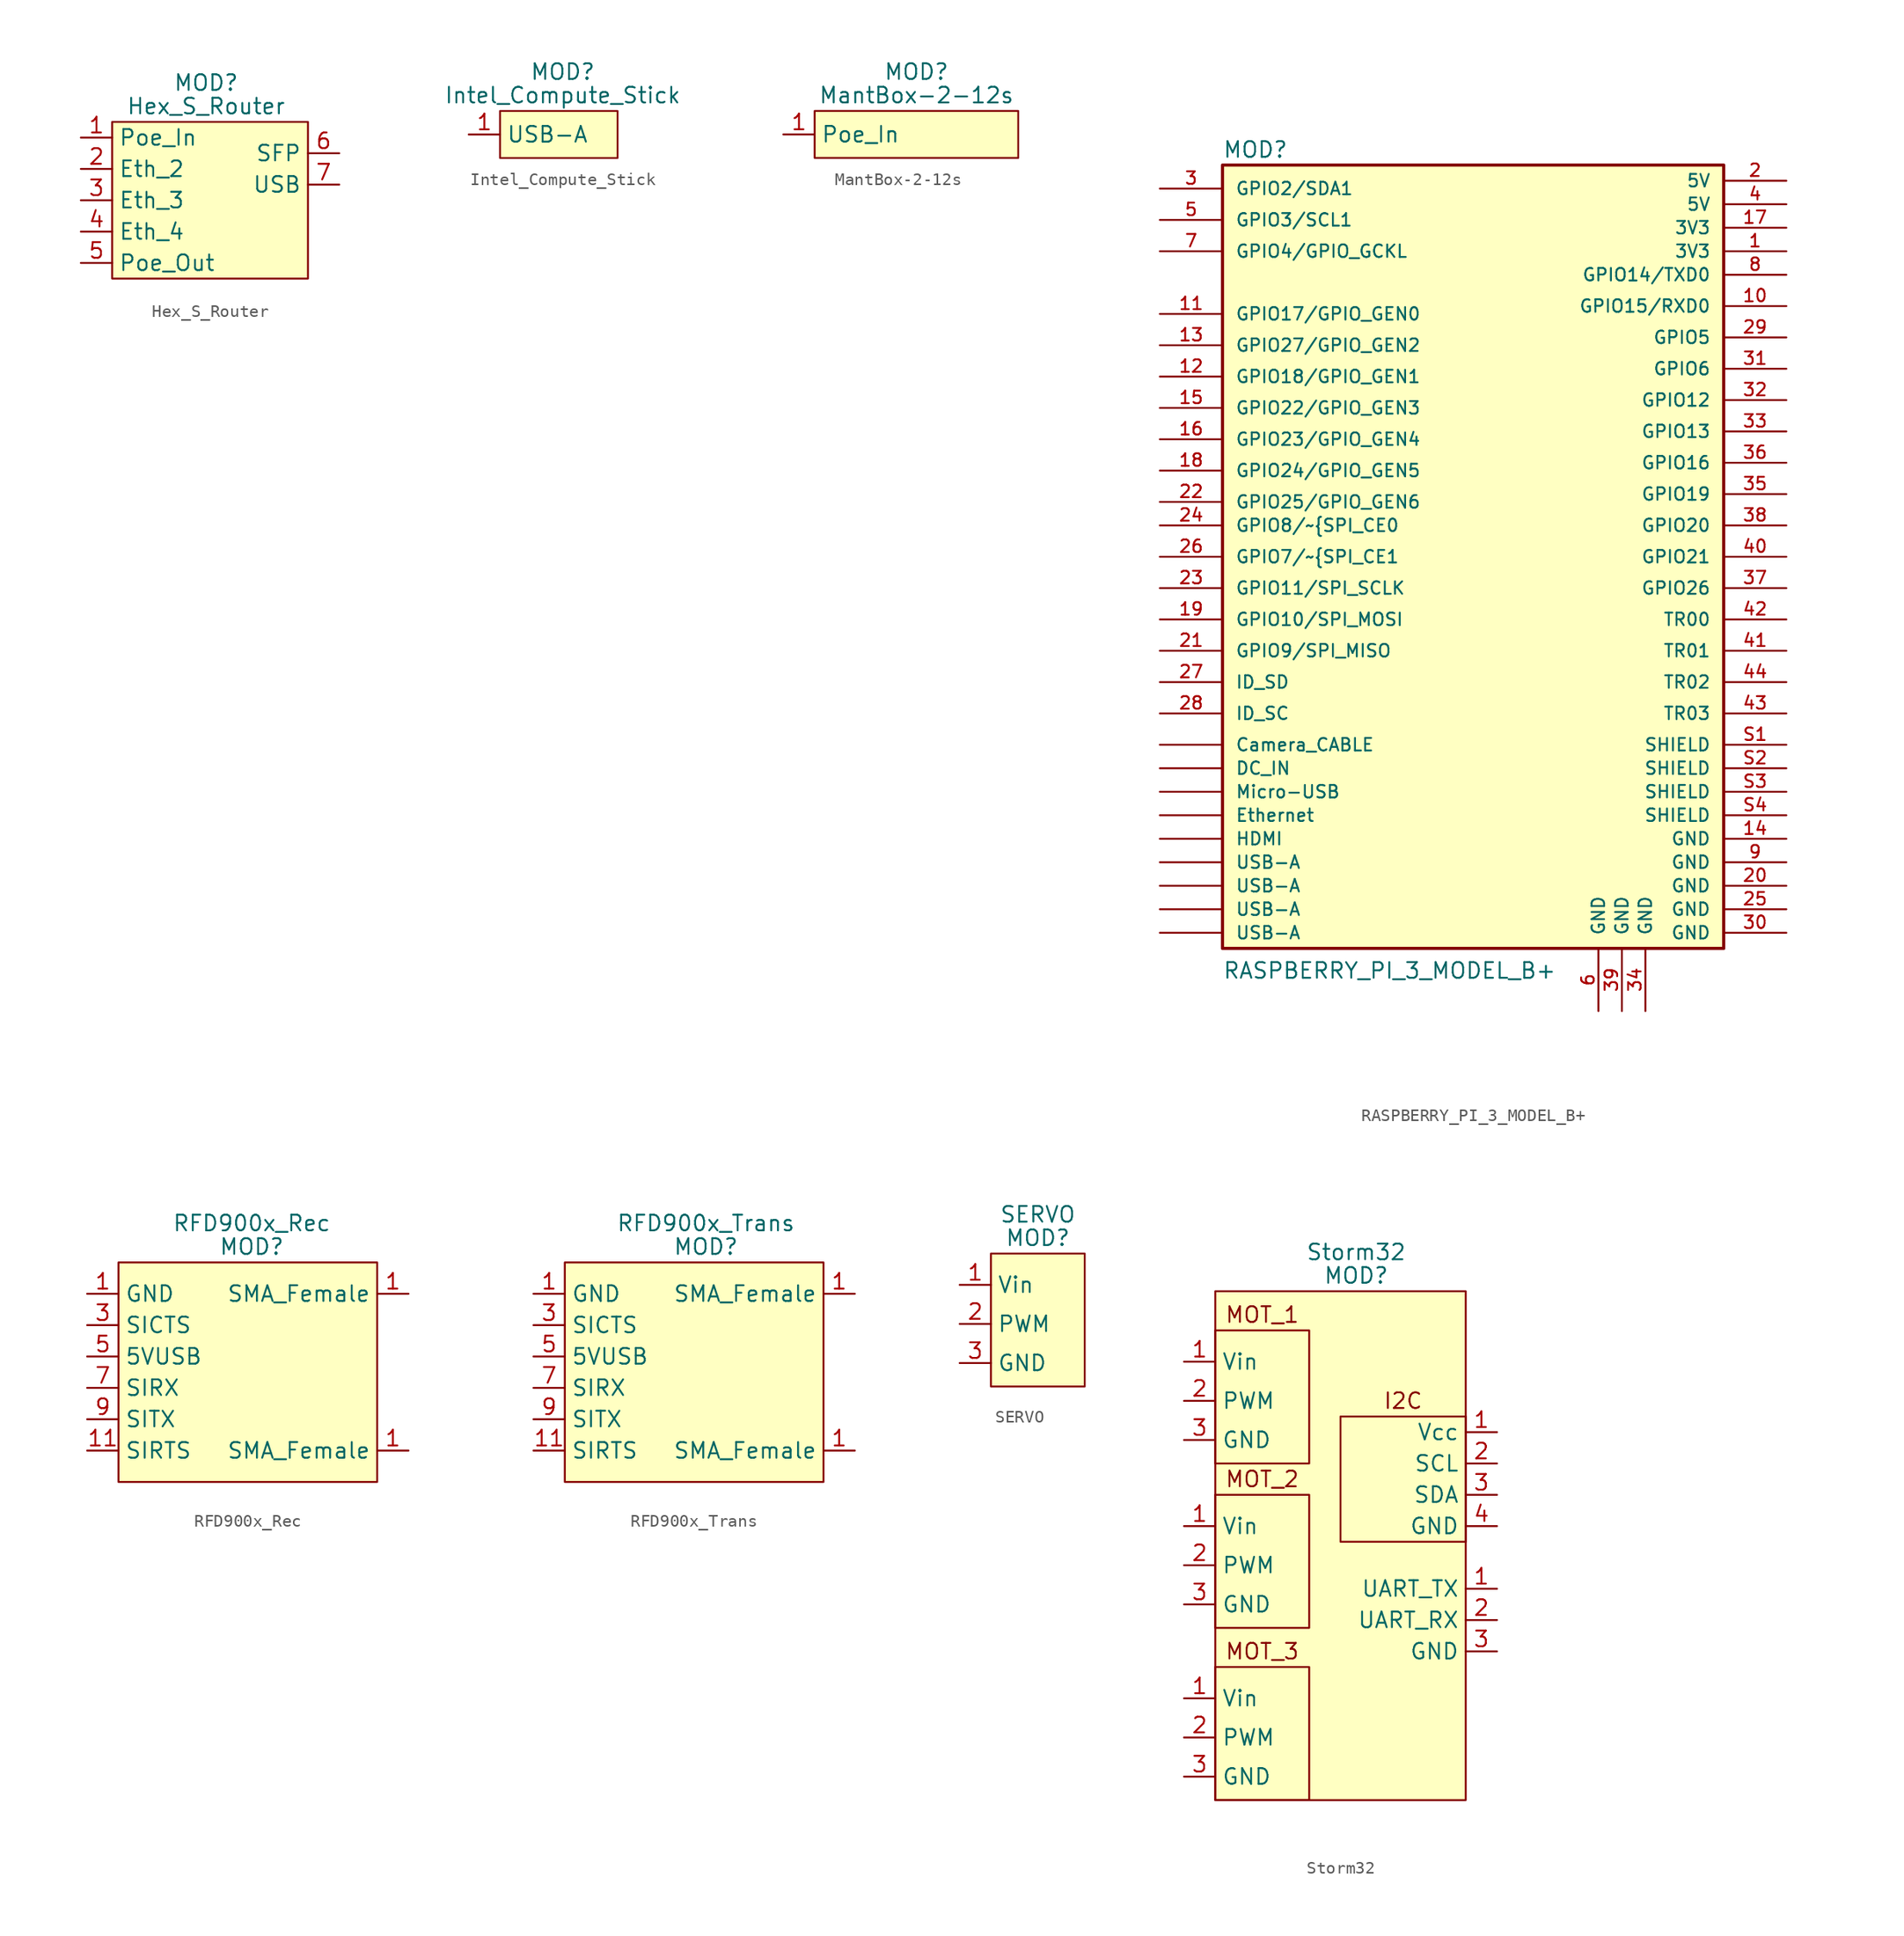
<source format=kicad_sym>
(kicad_symbol_lib
  (version 20211014)
  (generator kicad_symbol_editor)
  (symbol "Hex_S_Router"
    (property "Reference" "MOD"
      (at 0 7.62 0)
      (effects (font (size 1.27 1.27))))
    (property "Value" "Hex_S_Router"
      (at 0 5.715 0)
      (effects (font (size 1.27 1.27))))
    (symbol "Hex_S_Router_0_0"
      (rectangle (start -7.62 4.445) (end 8.255 -8.255) (stroke (width 0) (type default) (color 0 0 0 0)) (fill (type background))))
    (symbol "Hex_S_Router_1_1"
      (pin bidirectional line (at -10.16 3.175 0) (length 2.54) (name "Poe_In" (effects (font (size 1.27 1.27)))) (number "1" (effects (font (size 1.27 1.27)))))
      (pin bidirectional line (at -10.16 0.635 0) (length 2.54) (name "Eth_2" (effects (font (size 1.27 1.27)))) (number "2" (effects (font (size 1.27 1.27)))))
      (pin bidirectional line (at -10.16 -1.905 0) (length 2.54) (name "Eth_3" (effects (font (size 1.27 1.27)))) (number "3" (effects (font (size 1.27 1.27)))))
      (pin bidirectional line (at -10.16 -4.445 0) (length 2.54) (name "Eth_4" (effects (font (size 1.27 1.27)))) (number "4" (effects (font (size 1.27 1.27)))))
      (pin bidirectional line (at -10.16 -6.985 0) (length 2.54) (name "Poe_Out" (effects (font (size 1.27 1.27)))) (number "5" (effects (font (size 1.27 1.27)))))
      (pin bidirectional line (at 10.795 1.905 180) (length 2.54) (name "SFP" (effects (font (size 1.27 1.27)))) (number "6" (effects (font (size 1.27 1.27)))))
      (pin bidirectional line (at 10.795 -0.635 180) (length 2.54) (name "USB" (effects (font (size 1.27 1.27)))) (number "7" (effects (font (size 1.27 1.27)))))))
  (symbol "Intel_Compute_Stick"
    (property "Reference" "MOD"
      (at 0 4.445 0)
      (effects (font (size 1.27 1.27))))
    (property "Value" "Intel_Compute_Stick"
      (at 0 2.54 0)
      (effects (font (size 1.27 1.27))))
    (symbol "Intel_Compute_Stick_0_0"
      (rectangle (start -5.08 1.27) (end 4.445 -2.54) (stroke (width 0) (type default) (color 0 0 0 0)) (fill (type background))))
    (symbol "Intel_Compute_Stick_1_1"
      (pin bidirectional line (at -7.62 -0.635 0) (length 2.54) (name "USB-A" (effects (font (size 1.27 1.27)))) (number "1" (effects (font (size 1.27 1.27)))))))
  (symbol "MantBox-2-12s"
    (property "Reference" "MOD"
      (at 0 5.08 0)
      (effects (font (size 1.27 1.27))))
    (property "Value" "MantBox-2-12s"
      (at 0 3.175 0)
      (effects (font (size 1.27 1.27))))
    (symbol "MantBox-2-12s_0_0"
      (rectangle (start -8.255 1.905) (end 8.255 -1.905) (stroke (width 0) (type default) (color 0 0 0 0)) (fill (type background))))
    (symbol "MantBox-2-12s_1_1"
      (pin bidirectional line (at -10.795 0 0) (length 2.54) (name "Poe_In" (effects (font (size 1.27 1.27)))) (number "1" (effects (font (size 1.27 1.27)))))))
  (symbol "RASPBERRY_PI_3_MODEL_B+"
    (pin_names
      (offset 1.016))
    (property "Reference" "MOD"
      (at -20.32 33.528 0)
      (effects (font (size 1.27 1.27)) (justify left bottom)))
    (property "Value" "RASPBERRY_PI_3_MODEL_B+"
      (at -20.32 -33.02 0)
      (effects (font (size 1.27 1.27)) (justify left bottom)))
    (symbol "RASPBERRY_PI_3_MODEL_B+_0_0"
      (rectangle (start -20.32 -30.48) (end 20.32 33.02) (stroke (width 0.254) (type default) (color 0 0 0 0)) (fill (type background)))
      (pin bidirectional line (at -25.4 -13.97 0) (length 5.08) (name "Camera_CABLE" (effects (font (size 1.016 1.016)))) (number "" (effects (font (size 1.016 1.016)))))
      (pin power_in line (at -25.4 -15.875 0) (length 5.08) (name "DC_IN" (effects (font (size 1.016 1.016)))) (number "" (effects (font (size 1.016 1.016)))))
      (pin bidirectional line (at -25.4 -19.685 0) (length 5.08) (name "Ethernet" (effects (font (size 1.016 1.016)))) (number "" (effects (font (size 1.016 1.016)))))
      (pin bidirectional line (at -25.4 -21.59 0) (length 5.08) (name "HDMI" (effects (font (size 1.016 1.016)))) (number "" (effects (font (size 1.016 1.016)))))
      (pin bidirectional line (at -25.4 -17.78 0) (length 5.08) (name "Micro-USB" (effects (font (size 1.016 1.016)))) (number "" (effects (font (size 1.016 1.016)))))
      (pin bidirectional line (at -25.4 -29.21 0) (length 5.08) (name "USB-A" (effects (font (size 1.016 1.016)))) (number "" (effects (font (size 1.016 1.016)))))
      (pin bidirectional line (at -25.4 -27.305 0) (length 5.08) (name "USB-A" (effects (font (size 1.016 1.016)))) (number "" (effects (font (size 1.016 1.016)))))
      (pin bidirectional line (at -25.4 -25.4 0) (length 5.08) (name "USB-A" (effects (font (size 1.016 1.016)))) (number "" (effects (font (size 1.016 1.016)))))
      (pin bidirectional line (at -25.4 -23.495 0) (length 5.08) (name "USB-A" (effects (font (size 1.016 1.016)))) (number "" (effects (font (size 1.016 1.016)))))
      (pin power_in line (at 25.4 26.035 180) (length 5.08) (name "3V3" (effects (font (size 1.016 1.016)))) (number "1" (effects (font (size 1.016 1.016)))))
      (pin bidirectional line (at 25.4 21.59 180) (length 5.08) (name "GPIO15/RXD0" (effects (font (size 1.016 1.016)))) (number "10" (effects (font (size 1.016 1.016)))))
      (pin bidirectional line (at -25.4 20.955 0) (length 5.08) (name "GPIO17/GPIO_GEN0" (effects (font (size 1.016 1.016)))) (number "11" (effects (font (size 1.016 1.016)))))
      (pin bidirectional line (at -25.4 15.875 0) (length 5.08) (name "GPIO18/GPIO_GEN1" (effects (font (size 1.016 1.016)))) (number "12" (effects (font (size 1.016 1.016)))))
      (pin bidirectional line (at -25.4 18.415 0) (length 5.08) (name "GPIO27/GPIO_GEN2" (effects (font (size 1.016 1.016)))) (number "13" (effects (font (size 1.016 1.016)))))
      (pin power_in line (at 25.4 -21.59 180) (length 5.08) (name "GND" (effects (font (size 1.016 1.016)))) (number "14" (effects (font (size 1.016 1.016)))))
      (pin bidirectional line (at -25.4 13.335 0) (length 5.08) (name "GPIO22/GPIO_GEN3" (effects (font (size 1.016 1.016)))) (number "15" (effects (font (size 1.016 1.016)))))
      (pin bidirectional line (at -25.4 10.795 0) (length 5.08) (name "GPIO23/GPIO_GEN4" (effects (font (size 1.016 1.016)))) (number "16" (effects (font (size 1.016 1.016)))))
      (pin power_in line (at 25.4 27.94 180) (length 5.08) (name "3V3" (effects (font (size 1.016 1.016)))) (number "17" (effects (font (size 1.016 1.016)))))
      (pin bidirectional line (at -25.4 8.255 0) (length 5.08) (name "GPIO24/GPIO_GEN5" (effects (font (size 1.016 1.016)))) (number "18" (effects (font (size 1.016 1.016)))))
      (pin bidirectional line (at -25.4 -3.81 0) (length 5.08) (name "GPIO10/SPI_MOSI" (effects (font (size 1.016 1.016)))) (number "19" (effects (font (size 1.016 1.016)))))
      (pin power_in line (at 25.4 31.75 180) (length 5.08) (name "5V" (effects (font (size 1.016 1.016)))) (number "2" (effects (font (size 1.016 1.016)))))
      (pin power_in line (at 25.4 -25.4 180) (length 5.08) (name "GND" (effects (font (size 1.016 1.016)))) (number "20" (effects (font (size 1.016 1.016)))))
      (pin bidirectional line (at -25.4 -6.35 0) (length 5.08) (name "GPIO9/SPI_MISO" (effects (font (size 1.016 1.016)))) (number "21" (effects (font (size 1.016 1.016)))))
      (pin bidirectional line (at -25.4 5.715 0) (length 5.08) (name "GPIO25/GPIO_GEN6" (effects (font (size 1.016 1.016)))) (number "22" (effects (font (size 1.016 1.016)))))
      (pin bidirectional line (at -25.4 -1.27 0) (length 5.08) (name "GPIO11/SPI_SCLK" (effects (font (size 1.016 1.016)))) (number "23" (effects (font (size 1.016 1.016)))))
      (pin bidirectional line (at -25.4 3.81 0) (length 5.08) (name "GPIO8/~{SPI_CE0~{}" (effects (font (size 1.016 1.016)))) (number "24" (effects (font (size 1.016 1.016)))))
      (pin power_in line (at 25.4 -27.305 180) (length 5.08) (name "GND" (effects (font (size 1.016 1.016)))) (number "25" (effects (font (size 1.016 1.016)))))
      (pin bidirectional line (at -25.4 1.27 0) (length 5.08) (name "GPIO7/~{SPI_CE1~{}" (effects (font (size 1.016 1.016)))) (number "26" (effects (font (size 1.016 1.016)))))
      (pin bidirectional line (at -25.4 -8.89 0) (length 5.08) (name "ID_SD" (effects (font (size 1.016 1.016)))) (number "27" (effects (font (size 1.016 1.016)))))
      (pin bidirectional line (at -25.4 -11.43 0) (length 5.08) (name "ID_SC" (effects (font (size 1.016 1.016)))) (number "28" (effects (font (size 1.016 1.016)))))
      (pin bidirectional line (at 25.4 19.05 180) (length 5.08) (name "GPIO5" (effects (font (size 1.016 1.016)))) (number "29" (effects (font (size 1.016 1.016)))))
      (pin bidirectional line (at -25.4 31.115 0) (length 5.08) (name "GPIO2/SDA1" (effects (font (size 1.016 1.016)))) (number "3" (effects (font (size 1.016 1.016)))))
      (pin power_in line (at 25.4 -29.21 180) (length 5.08) (name "GND" (effects (font (size 1.016 1.016)))) (number "30" (effects (font (size 1.016 1.016)))))
      (pin bidirectional line (at 25.4 16.51 180) (length 5.08) (name "GPIO6" (effects (font (size 1.016 1.016)))) (number "31" (effects (font (size 1.016 1.016)))))
      (pin bidirectional line (at 25.4 13.97 180) (length 5.08) (name "GPIO12" (effects (font (size 1.016 1.016)))) (number "32" (effects (font (size 1.016 1.016)))))
      (pin bidirectional line (at 25.4 11.43 180) (length 5.08) (name "GPIO13" (effects (font (size 1.016 1.016)))) (number "33" (effects (font (size 1.016 1.016)))))
      (pin power_in line (at 13.97 -35.56 90) (length 5.08) (name "GND" (effects (font (size 1.016 1.016)))) (number "34" (effects (font (size 1.016 1.016)))))
      (pin bidirectional line (at 25.4 6.35 180) (length 5.08) (name "GPIO19" (effects (font (size 1.016 1.016)))) (number "35" (effects (font (size 1.016 1.016)))))
      (pin bidirectional line (at 25.4 8.89 180) (length 5.08) (name "GPIO16" (effects (font (size 1.016 1.016)))) (number "36" (effects (font (size 1.016 1.016)))))
      (pin bidirectional line (at 25.4 -1.27 180) (length 5.08) (name "GPIO26" (effects (font (size 1.016 1.016)))) (number "37" (effects (font (size 1.016 1.016)))))
      (pin bidirectional line (at 25.4 3.81 180) (length 5.08) (name "GPIO20" (effects (font (size 1.016 1.016)))) (number "38" (effects (font (size 1.016 1.016)))))
      (pin power_in line (at 12.065 -35.56 90) (length 5.08) (name "GND" (effects (font (size 1.016 1.016)))) (number "39" (effects (font (size 1.016 1.016)))))
      (pin power_in line (at 25.4 29.845 180) (length 5.08) (name "5V" (effects (font (size 1.016 1.016)))) (number "4" (effects (font (size 1.016 1.016)))))
      (pin bidirectional line (at 25.4 1.27 180) (length 5.08) (name "GPIO21" (effects (font (size 1.016 1.016)))) (number "40" (effects (font (size 1.016 1.016)))))
      (pin bidirectional line (at 25.4 -6.35 180) (length 5.08) (name "TR01" (effects (font (size 1.016 1.016)))) (number "41" (effects (font (size 1.016 1.016)))))
      (pin bidirectional line (at 25.4 -3.81 180) (length 5.08) (name "TR00" (effects (font (size 1.016 1.016)))) (number "42" (effects (font (size 1.016 1.016)))))
      (pin bidirectional line (at 25.4 -11.43 180) (length 5.08) (name "TR03" (effects (font (size 1.016 1.016)))) (number "43" (effects (font (size 1.016 1.016)))))
      (pin bidirectional line (at 25.4 -8.89 180) (length 5.08) (name "TR02" (effects (font (size 1.016 1.016)))) (number "44" (effects (font (size 1.016 1.016)))))
      (pin bidirectional line (at -25.4 28.575 0) (length 5.08) (name "GPIO3/SCL1" (effects (font (size 1.016 1.016)))) (number "5" (effects (font (size 1.016 1.016)))))
      (pin power_in line (at 10.16 -35.56 90) (length 5.08) (name "GND" (effects (font (size 1.016 1.016)))) (number "6" (effects (font (size 1.016 1.016)))))
      (pin bidirectional line (at -25.4 26.035 0) (length 5.08) (name "GPIO4/GPIO_GCKL" (effects (font (size 1.016 1.016)))) (number "7" (effects (font (size 1.016 1.016)))))
      (pin bidirectional line (at 25.4 24.13 180) (length 5.08) (name "GPIO14/TXD0" (effects (font (size 1.016 1.016)))) (number "8" (effects (font (size 1.016 1.016)))))
      (pin power_in line (at 25.4 -23.495 180) (length 5.08) (name "GND" (effects (font (size 1.016 1.016)))) (number "9" (effects (font (size 1.016 1.016)))))
      (pin power_in line (at 25.4 -13.97 180) (length 5.08) (name "SHIELD" (effects (font (size 1.016 1.016)))) (number "S1" (effects (font (size 1.016 1.016)))))
      (pin power_in line (at 25.4 -15.875 180) (length 5.08) (name "SHIELD" (effects (font (size 1.016 1.016)))) (number "S2" (effects (font (size 1.016 1.016)))))
      (pin power_in line (at 25.4 -17.78 180) (length 5.08) (name "SHIELD" (effects (font (size 1.016 1.016)))) (number "S3" (effects (font (size 1.016 1.016)))))
      (pin power_in line (at 25.4 -19.685 180) (length 5.08) (name "SHIELD" (effects (font (size 1.016 1.016)))) (number "S4" (effects (font (size 1.016 1.016)))))))
  (symbol "RFD900x_Rec"
    (property "Reference" "MOD"
      (at 0 10.16 0)
      (effects (font (size 1.27 1.27))))
    (property "Value" "RFD900x_Rec"
      (at 0 12.065 0)
      (effects (font (size 1.27 1.27))))
    (symbol "RFD900x_Rec_0_0"
      (rectangle (start -10.795 8.89) (end 10.16 -8.89) (stroke (width 0) (type default) (color 0 0 0 0)) (fill (type background))))
    (symbol "RFD900x_Rec_1_1"
      (pin power_out line (at -13.335 6.35 0) (length 2.54) (name "GND" (effects (font (size 1.27 1.27)))) (number "1" (effects (font (size 1.27 1.27)))))
      (pin bidirectional line (at 12.7 -6.35 180) (length 2.54) (name "SMA_Female" (effects (font (size 1.27 1.27)))) (number "1" (effects (font (size 1.27 1.27)))))
      (pin bidirectional line (at 12.7 6.35 180) (length 2.54) (name "SMA_Female" (effects (font (size 1.27 1.27)))) (number "1" (effects (font (size 1.27 1.27)))))
      (pin bidirectional line (at -13.335 -6.35 0) (length 2.54) (name "SIRTS" (effects (font (size 1.27 1.27)))) (number "11" (effects (font (size 1.27 1.27)))))
      (pin bidirectional line (at -13.335 3.81 0) (length 2.54) (name "SICTS" (effects (font (size 1.27 1.27)))) (number "3" (effects (font (size 1.27 1.27)))))
      (pin power_in line (at -13.335 1.27 0) (length 2.54) (name "5VUSB" (effects (font (size 1.27 1.27)))) (number "5" (effects (font (size 1.27 1.27)))))
      (pin input line (at -13.335 -1.27 0) (length 2.54) (name "SIRX" (effects (font (size 1.27 1.27)))) (number "7" (effects (font (size 1.27 1.27)))))
      (pin output line (at -13.335 -3.81 0) (length 2.54) (name "SITX" (effects (font (size 1.27 1.27)))) (number "9" (effects (font (size 1.27 1.27)))))))
  (symbol "RFD900x_Trans"
    (property "Reference" "MOD"
      (at 0 11.43 0)
      (effects (font (size 1.27 1.27))))
    (property "Value" "RFD900x_Trans"
      (at 0 13.335 0)
      (effects (font (size 1.27 1.27))))
    (symbol "RFD900x_Trans_0_0"
      (rectangle (start -11.43 10.16) (end 9.525 -7.62) (stroke (width 0) (type default) (color 0 0 0 0)) (fill (type background))))
    (symbol "RFD900x_Trans_1_1"
      (pin power_out line (at -13.97 7.62 0) (length 2.54) (name "GND" (effects (font (size 1.27 1.27)))) (number "1" (effects (font (size 1.27 1.27)))))
      (pin bidirectional line (at 12.065 -5.08 180) (length 2.54) (name "SMA_Female" (effects (font (size 1.27 1.27)))) (number "1" (effects (font (size 1.27 1.27)))))
      (pin bidirectional line (at 12.065 7.62 180) (length 2.54) (name "SMA_Female" (effects (font (size 1.27 1.27)))) (number "1" (effects (font (size 1.27 1.27)))))
      (pin bidirectional line (at -13.97 -5.08 0) (length 2.54) (name "SIRTS" (effects (font (size 1.27 1.27)))) (number "11" (effects (font (size 1.27 1.27)))))
      (pin bidirectional line (at -13.97 5.08 0) (length 2.54) (name "SICTS" (effects (font (size 1.27 1.27)))) (number "3" (effects (font (size 1.27 1.27)))))
      (pin power_in line (at -13.97 2.54 0) (length 2.54) (name "5VUSB" (effects (font (size 1.27 1.27)))) (number "5" (effects (font (size 1.27 1.27)))))
      (pin input line (at -13.97 0 0) (length 2.54) (name "SIRX" (effects (font (size 1.27 1.27)))) (number "7" (effects (font (size 1.27 1.27)))))
      (pin output line (at -13.97 -2.54 0) (length 2.54) (name "SITX" (effects (font (size 1.27 1.27)))) (number "9" (effects (font (size 1.27 1.27)))))))
  (symbol "SERVO"
    (property "Reference" "MOD"
      (at 0 6.985 0)
      (effects (font (size 1.27 1.27))))
    (property "Value" "SERVO"
      (at 0 8.89 0)
      (effects (font (size 1.27 1.27))))
    (symbol "SERVO_0_1"
      (rectangle (start -3.81 5.715) (end 3.81 -5.08) (stroke (width 0) (type default) (color 0 0 0 0)) (fill (type background))))
    (symbol "SERVO_1_1"
      (pin power_in line (at -6.35 3.175 0) (length 2.54) (name "Vin" (effects (font (size 1.27 1.27)))) (number "1" (effects (font (size 1.27 1.27)))))
      (pin input line (at -6.35 0 0) (length 2.54) (name "PWM" (effects (font (size 1.27 1.27)))) (number "2" (effects (font (size 1.27 1.27)))))
      (pin power_out line (at -6.35 -3.175 0) (length 2.54) (name "GND" (effects (font (size 1.27 1.27)))) (number "3" (effects (font (size 1.27 1.27)))))))
  (symbol "Storm32"
    (property "Reference" "MOD"
      (at 0 23.495 0)
      (effects (font (size 1.27 1.27))))
    (property "Value" "Storm32"
      (at 0 25.4 0)
      (effects (font (size 1.27 1.27))))
    (symbol "Storm32_0_0"
      (text "I2C" (at 3.81 13.335 0) (effects (font (size 1.27 1.27))))
      (text "MOT_1" (at -7.62 20.32 0) (effects (font (size 1.27 1.27))))
      (text "MOT_2" (at -7.62 6.985 0) (effects (font (size 1.27 1.27))))
      (text "MOT_3" (at -7.62 -6.985 0) (effects (font (size 1.27 1.27)))))
    (symbol "Storm32_0_1"
      (rectangle (start -11.43 -8.255) (end -3.81 -19.05) (stroke (width 0) (type default) (color 0 0 0 0)) (fill (type none)))
      (rectangle (start -11.43 5.715) (end -3.81 -5.08) (stroke (width 0) (type default) (color 0 0 0 0)) (fill (type none)))
      (rectangle (start -11.43 19.05) (end -3.81 8.255) (stroke (width 0) (type default) (color 0 0 0 0)) (fill (type none)))
      (rectangle (start -11.43 22.225) (end 8.89 -19.05) (stroke (width 0) (type default) (color 0 0 0 0)) (fill (type background)))
      (rectangle (start 8.89 12.065) (end -1.27 1.905) (stroke (width 0) (type default) (color 0 0 0 0)) (fill (type none))))
    (symbol "Storm32_1_1"
      (pin output line (at 11.43 -1.905 180) (length 2.54) (name "UART_TX" (effects (font (size 1.27 1.27)))) (number "1" (effects (font (size 1.27 1.27)))))
      (pin power_in line (at 11.43 10.795 180) (length 2.54) (name "Vcc" (effects (font (size 1.27 1.27)))) (number "1" (effects (font (size 1.27 1.27)))))
      (pin power_in line (at -13.97 -10.795 0) (length 2.54) (name "Vin" (effects (font (size 1.27 1.27)))) (number "1" (effects (font (size 1.27 1.27)))))
      (pin power_in line (at -13.97 3.175 0) (length 2.54) (name "Vin" (effects (font (size 1.27 1.27)))) (number "1" (effects (font (size 1.27 1.27)))))
      (pin power_in line (at -13.97 16.51 0) (length 2.54) (name "Vin" (effects (font (size 1.27 1.27)))) (number "1" (effects (font (size 1.27 1.27)))))
      (pin input line (at -13.97 -13.97 0) (length 2.54) (name "PWM" (effects (font (size 1.27 1.27)))) (number "2" (effects (font (size 1.27 1.27)))))
      (pin input line (at -13.97 0 0) (length 2.54) (name "PWM" (effects (font (size 1.27 1.27)))) (number "2" (effects (font (size 1.27 1.27)))))
      (pin input line (at -13.97 13.335 0) (length 2.54) (name "PWM" (effects (font (size 1.27 1.27)))) (number "2" (effects (font (size 1.27 1.27)))))
      (pin output line (at 11.43 8.255 180) (length 2.54) (name "SCL" (effects (font (size 1.27 1.27)))) (number "2" (effects (font (size 1.27 1.27)))))
      (pin input line (at 11.43 -4.445 180) (length 2.54) (name "UART_RX" (effects (font (size 1.27 1.27)))) (number "2" (effects (font (size 1.27 1.27)))))
      (pin power_out line (at -13.97 -17.145 0) (length 2.54) (name "GND" (effects (font (size 1.27 1.27)))) (number "3" (effects (font (size 1.27 1.27)))))
      (pin power_out line (at -13.97 -3.175 0) (length 2.54) (name "GND" (effects (font (size 1.27 1.27)))) (number "3" (effects (font (size 1.27 1.27)))))
      (pin power_out line (at -13.97 10.16 0) (length 2.54) (name "GND" (effects (font (size 1.27 1.27)))) (number "3" (effects (font (size 1.27 1.27)))))
      (pin power_out line (at 11.43 -6.985 180) (length 2.54) (name "GND" (effects (font (size 1.27 1.27)))) (number "3" (effects (font (size 1.27 1.27)))))
      (pin bidirectional line (at 11.43 5.715 180) (length 2.54) (name "SDA" (effects (font (size 1.27 1.27)))) (number "3" (effects (font (size 1.27 1.27)))))
      (pin power_out line (at 11.43 3.175 180) (length 2.54) (name "GND" (effects (font (size 1.27 1.27)))) (number "4" (effects (font (size 1.27 1.27))))))))
</source>
